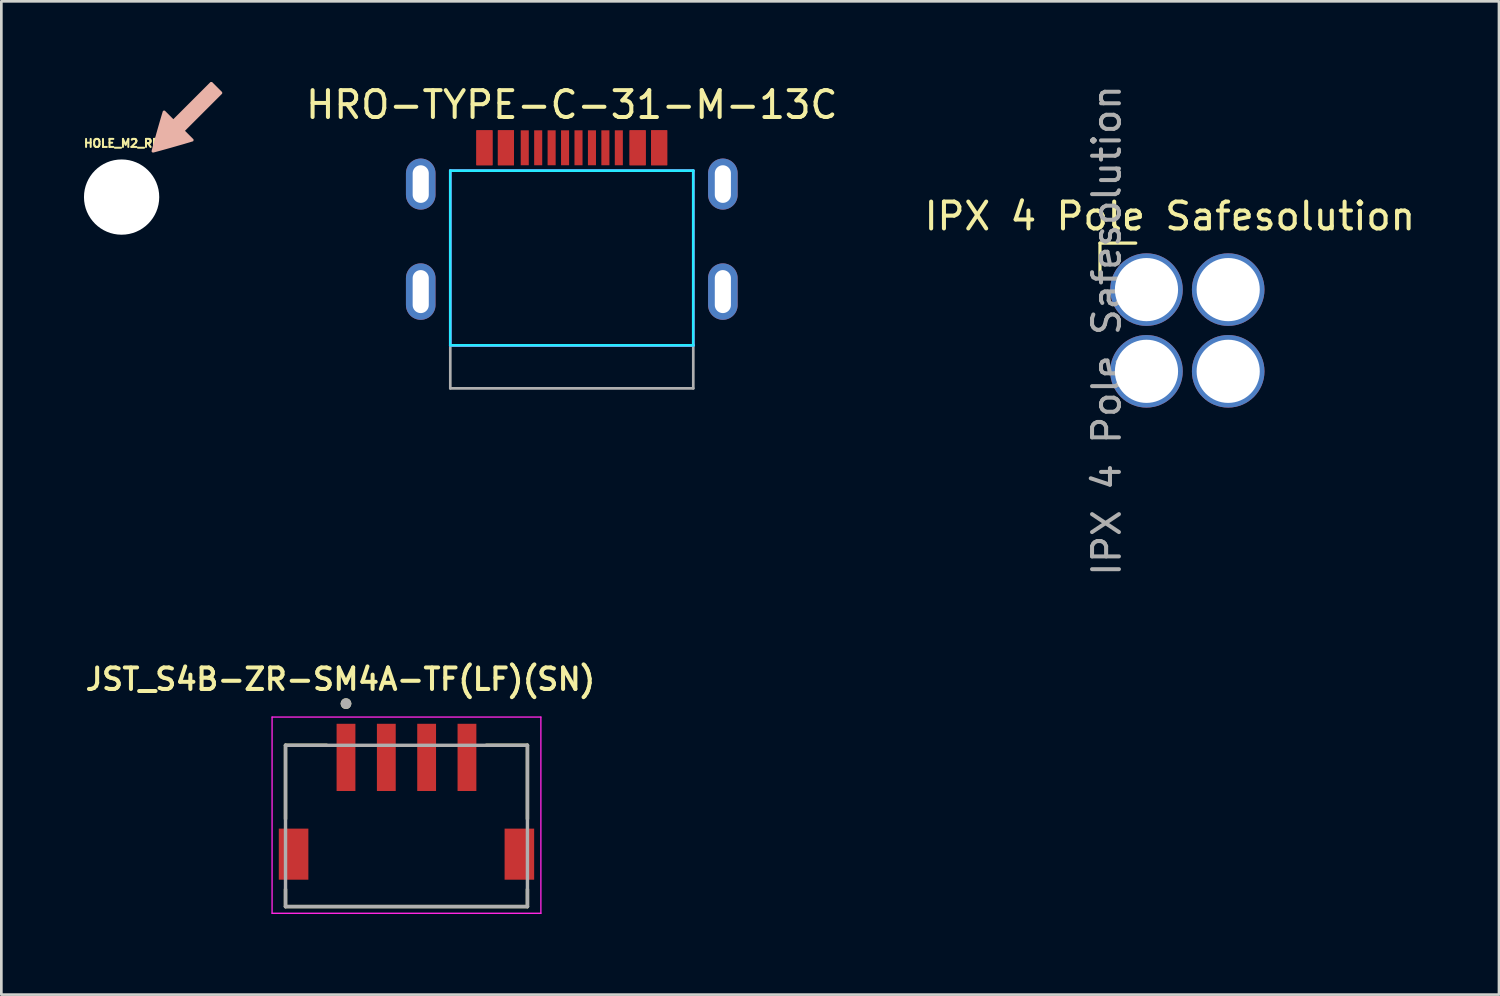
<source format=kicad_pcb>
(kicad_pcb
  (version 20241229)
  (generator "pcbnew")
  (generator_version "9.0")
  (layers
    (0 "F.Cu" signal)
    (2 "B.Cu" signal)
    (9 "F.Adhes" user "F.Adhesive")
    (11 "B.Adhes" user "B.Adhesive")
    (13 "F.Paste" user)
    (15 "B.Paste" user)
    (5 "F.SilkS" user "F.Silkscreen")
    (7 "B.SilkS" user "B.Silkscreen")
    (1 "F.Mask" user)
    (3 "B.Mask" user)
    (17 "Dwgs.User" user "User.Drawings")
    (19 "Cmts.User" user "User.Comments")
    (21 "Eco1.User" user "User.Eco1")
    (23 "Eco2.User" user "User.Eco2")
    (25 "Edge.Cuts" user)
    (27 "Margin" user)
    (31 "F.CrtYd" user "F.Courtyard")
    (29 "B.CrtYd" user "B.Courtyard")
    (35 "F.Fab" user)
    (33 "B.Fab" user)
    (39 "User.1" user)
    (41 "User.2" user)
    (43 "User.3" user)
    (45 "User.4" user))
  (footprint "HOLE_M2_RF"
    (layer "F.Cu")
    (at 1.474 4.282)
    (property "Reference" "HOLE_M2_RF" (at 0 -2 0) (layer "F.SilkS") (effects (font (size 0.3 0.3) (thickness 0.075))))
    (attr through_hole)
    (fp_poly (pts (xy 1.143 -1.663) (xy 1.166 -1.655) (xy 1.177 -1.656) (xy 1.202 -1.662) (xy 1.238 -1.671) (xy 1.286 -1.684) (xy 1.343 -1.699) (xy 1.409 -1.717) (xy 1.482 -1.737) (xy 1.561 -1.759) (xy 1.645 -1.782) (xy 1.733 -1.807) (xy 1.823 -1.832) (xy 1.914 -1.858) (xy 2.005 -1.884) (xy 2.095 -1.91) (xy 2.183 -1.935) (xy 2.267 -1.959) (xy 2.346 -1.982) (xy 2.419 -2.004) (xy 2.485 -2.023) (xy 2.542 -2.04) (xy 2.59 -2.055) (xy 2.627 -2.066) (xy 2.651 -2.074) (xy 2.663 -2.079) (xy 2.663 -2.079) (xy 2.673 -2.097) (xy 2.677 -2.119) (xy 2.677 -2.12) (xy 2.677 -2.146) (xy 2.358 -2.466) (xy 3.742 -3.85) (xy 3.742 -3.903) (xy 3.363 -4.282) (xy 3.309 -4.282) (xy 1.925 -2.898) (xy 1.606 -3.218) (xy 1.579 -3.218) (xy 1.557 -3.214) (xy 1.539 -3.204) (xy 1.539 -3.203) (xy 1.535 -3.194) (xy 1.527 -3.172) (xy 1.516 -3.137) (xy 1.502 -3.09) (xy 1.485 -3.034) (xy 1.466 -2.97) (xy 1.445 -2.898) (xy 1.422 -2.819) (xy 1.398 -2.736) (xy 1.373 -2.649) (xy 1.347 -2.559) (xy 1.321 -2.468) (xy 1.295 -2.376) (xy 1.27 -2.286) (xy 1.245 -2.198) (xy 1.222 -2.113) (xy 1.2 -2.033) (xy 1.179 -1.96) (xy 1.161 -1.893) (xy 1.145 -1.834) (xy 1.133 -1.785) (xy 1.123 -1.747) (xy 1.117 -1.721) (xy 1.114 -1.708) (xy 1.114 -1.707) (xy 1.123 -1.682)) (stroke (width 0) (type solid)) (fill yes) (layer "B.SilkS"))
    (pad "" np_thru_hole circle (at 0 0) (size 2.8 2.8) (drill 2.8) (layers "*.Cu" "*.Mask")))
  (footprint "HRO-TYPE-C-31-M-13C"
    (layer "F.Cu")
    (at 18.222 7.798)
    (property "Reference" "HRO-TYPE-C-31-M-13C" (at 0 -6.95 0) (layer "F.SilkS") (effects (font (size 1 1) (thickness 0.15))))
    (attr smd)
    (fp_line (start -4.52 -4.5) (end -4.52 2) (stroke (width 0.1) (type solid)) (layer "B.CrtYd"))
    (fp_line (start 4.52 -4.5) (end -4.52 -4.5) (stroke (width 0.1) (type default)) (layer "B.CrtYd"))
    (fp_line (start 4.52 -4.5) (end 4.52 2) (stroke (width 0.1) (type solid)) (layer "B.CrtYd"))
    (fp_line (start 4.52 2) (end -4.52 2) (stroke (width 0.1) (type default)) (layer "B.CrtYd"))
    (fp_line (start -4.52 -4.5) (end -4.52 2) (stroke (width 0.1) (type solid)) (layer "F.CrtYd"))
    (fp_line (start 4.52 -4.5) (end -4.52 -4.5) (stroke (width 0.1) (type default)) (layer "F.CrtYd"))
    (fp_line (start 4.52 -4.5) (end 4.52 2) (stroke (width 0.1) (type solid)) (layer "F.CrtYd"))
    (fp_line (start 4.52 2) (end -4.52 2) (stroke (width 0.1) (type default)) (layer "F.CrtYd"))
    (fp_line (start -4.52 2) (end -4.52 3.6) (stroke (width 0.1) (type default)) (layer "F.Fab"))
    (fp_line (start -4.52 2) (end 4.52 2) (stroke (width 0.1) (type default)) (layer "F.Fab"))
    (fp_line (start 4.52 2) (end 4.52 3.6) (stroke (width 0.1) (type default)) (layer "F.Fab"))
    (fp_line (start 4.52 3.6) (end -4.52 3.6) (stroke (width 0.1) (type default)) (layer "F.Fab"))
    (pad "A1" smd rect (at -3.25 -5.35) (size 0.6 1.3) (layers "F.Cu" "F.Mask" "F.Paste"))
    (pad "A4" smd rect (at -2.45 -5.35) (size 0.6 1.3) (layers "F.Cu" "F.Mask" "F.Paste"))
    (pad "A5" smd rect (at -1.25 -5.35) (size 0.3 1.3) (layers "F.Cu" "F.Mask" "F.Paste"))
    (pad "A6" smd rect (at -0.25 -5.35) (size 0.3 1.3) (layers "F.Cu" "F.Mask" "F.Paste"))
    (pad "A7" smd rect (at 0.25 -5.35) (size 0.3 1.3) (layers "F.Cu" "F.Mask" "F.Paste"))
    (pad "A8" smd rect (at 1.25 -5.35) (size 0.3 1.3) (layers "F.Cu" "F.Mask" "F.Paste"))
    (pad "A9" smd rect (at 2.45 -5.35) (size 0.6 1.3) (layers "F.Cu" "F.Mask" "F.Paste"))
    (pad "A12" smd rect (at 3.25 -5.35) (size 0.6 1.3) (layers "F.Cu" "F.Mask" "F.Paste"))
    (pad "B1" smd rect (at 3.25 -5.35) (size 0.6 1.3) (layers "F.Cu" "F.Mask" "F.Paste"))
    (pad "B4" smd rect (at 2.45 -5.35) (size 0.6 1.3) (layers "F.Cu" "F.Mask" "F.Paste"))
    (pad "B5" smd rect (at 1.75 -5.35) (size 0.3 1.3) (layers "F.Cu" "F.Mask" "F.Paste"))
    (pad "B6" smd rect (at 0.75 -5.35) (size 0.3 1.3) (layers "F.Cu" "F.Mask" "F.Paste"))
    (pad "B7" smd rect (at -0.75 -5.35) (size 0.3 1.3) (layers "F.Cu" "F.Mask" "F.Paste"))
    (pad "B8" smd rect (at -1.75 -5.35) (size 0.3 1.3) (layers "F.Cu" "F.Mask" "F.Paste"))
    (pad "B9" smd rect (at -2.45 -5.35) (size 0.6 1.3) (layers "F.Cu" "F.Mask" "F.Paste"))
    (pad "B12" smd rect (at -3.25 -5.35) (size 0.6 1.3) (layers "F.Cu" "F.Mask" "F.Paste"))
    (pad "S1" thru_hole oval (at -5.62 -4) (size 1.1 1.9) (drill oval 0.6 1.4) (layers "*.Cu" "*.Mask"))
    (pad "S1" thru_hole oval (at -5.62 0) (size 1.1 2.1) (drill oval 0.6 1.6) (layers "*.Cu" "*.Mask"))
    (pad "S1" thru_hole oval (at 5.62 -4) (size 1.1 1.9) (drill oval 0.6 1.4) (layers "*.Cu" "*.Mask"))
    (pad "S1" thru_hole oval (at 5.62 0) (size 1.1 2.1) (drill oval 0.6 1.6) (layers "*.Cu" "*.Mask")))
  (footprint "JST_S4B-ZR-SM4A-TF(LF)(SN)"
    (layer "F.Cu")
    (at 12.072 25.127)
    (property "Reference" "JST_S4B-ZR-SM4A-TF(LF)(SN)" (at -2.46 -2.908 0) (layer "F.SilkS") (effects (font (size 0.8 0.8) (thickness 0.15))))
    (attr through_hole)
    (fp_line (start -4.5 -0.45) (end -4.5 2.29) (stroke (width 0.127) (type solid)) (layer "F.SilkS"))
    (fp_line (start -4.5 4.91) (end -4.5 5.55) (stroke (width 0.127) (type solid)) (layer "F.SilkS"))
    (fp_line (start -4.5 5.55) (end 4.5 5.55) (stroke (width 0.127) (type solid)) (layer "F.SilkS"))
    (fp_line (start -2.97 -0.45) (end -4.5 -0.45) (stroke (width 0.127) (type solid)) (layer "F.SilkS"))
    (fp_line (start 2.97 -0.45) (end 4.5 -0.45) (stroke (width 0.127) (type solid)) (layer "F.SilkS"))
    (fp_line (start 4.5 -0.45) (end 4.5 2.29) (stroke (width 0.127) (type solid)) (layer "F.SilkS"))
    (fp_line (start 4.5 5.55) (end 4.5 4.91) (stroke (width 0.127) (type solid)) (layer "F.SilkS"))
    (fp_circle (center -2.25 -2) (end -2.15 -2) (stroke (width 0.2) (type solid)) (fill no) (layer "F.SilkS"))
    (fp_line (start -5 -1.5) (end 5 -1.5) (stroke (width 0.05) (type solid)) (layer "F.CrtYd"))
    (fp_line (start -5 5.8) (end -5 -1.5) (stroke (width 0.05) (type solid)) (layer "F.CrtYd"))
    (fp_line (start 5 -1.5) (end 5 5.8) (stroke (width 0.05) (type solid)) (layer "F.CrtYd"))
    (fp_line (start 5 5.8) (end -5 5.8) (stroke (width 0.05) (type solid)) (layer "F.CrtYd"))
    (fp_line (start -4.5 -0.45) (end 4.5 -0.45) (stroke (width 0.127) (type solid)) (layer "F.Fab"))
    (fp_line (start -4.5 5.55) (end -4.5 -0.45) (stroke (width 0.127) (type solid)) (layer "F.Fab"))
    (fp_line (start 4.5 -0.45) (end 4.5 5.55) (stroke (width 0.127) (type solid)) (layer "F.Fab"))
    (fp_line (start 4.5 5.55) (end -4.5 5.55) (stroke (width 0.127) (type solid)) (layer "F.Fab"))
    (fp_circle (center -2.25 -2) (end -2.15 -2) (stroke (width 0.2) (type solid)) (fill no) (layer "F.Fab"))
    (pad "1" smd rect (at -2.25 0 90) (size 2.5 0.7) (layers "F.Cu" "F.Mask" "F.Paste"))
    (pad "2" smd rect (at -0.75 0 90) (size 2.5 0.7) (layers "F.Cu" "F.Mask" "F.Paste"))
    (pad "3" smd rect (at 0.75 0 90) (size 2.5 0.7) (layers "F.Cu" "F.Mask" "F.Paste"))
    (pad "4" smd rect (at 2.25 0 90) (size 2.5 0.7) (layers "F.Cu" "F.Mask" "F.Paste"))
    (pad "S1" smd rect (at -4.2 3.6 90) (size 1.9 1.1) (layers "F.Cu" "F.Mask" "F.Paste"))
    (pad "S2" smd rect (at 4.2 3.6 90) (size 1.9 1.1) (layers "F.Cu" "F.Mask" "F.Paste")))
  (footprint "IPX 4 Pole Safesolution"
    (layer "F.Cu")
    (at 41.122 9.244)
    (property "Reference" "IPX 4 Pole Safesolution" (at -0.65 -4.25 0) (layer "F.SilkS") (effects (font (size 1 1) (thickness 0.15))))
    (attr through_hole)
    (fp_line (start -3.25 -3.25) (end -1.92 -3.25) (stroke (width 0.12) (type solid)) (layer "F.SilkS"))
    (fp_line (start -3.25 -1.92) (end -3.25 -3.25) (stroke (width 0.12) (type solid)) (layer "F.SilkS"))
    (fp_text user "${REFERENCE}" (at -3 0 90) (layer "F.Fab") (effects (font (size 1 1) (thickness 0.15))))
    (pad "1" thru_hole oval (at -1.52 -1.52) (size 2.7 2.7) (drill 2.35) (layers "*.Cu" "*.Mask"))
    (pad "2" thru_hole oval (at -1.52 1.52) (size 2.7 2.7) (drill 2.35) (layers "*.Cu" "*.Mask"))
    (pad "3" thru_hole oval (at 1.52 1.52) (size 2.7 2.7) (drill 2.35) (layers "*.Cu" "*.Mask"))
    (pad "4" thru_hole oval (at 1.52 -1.52) (size 2.7 2.7) (drill 2.35) (layers "*.Cu" "*.Mask")))
  (gr_rect
    (start -3 -3)
    (end 52.716 33.952)
    (stroke (width 0.1) (type default))
    (fill no)
    (layer "Edge.Cuts")))
</source>
